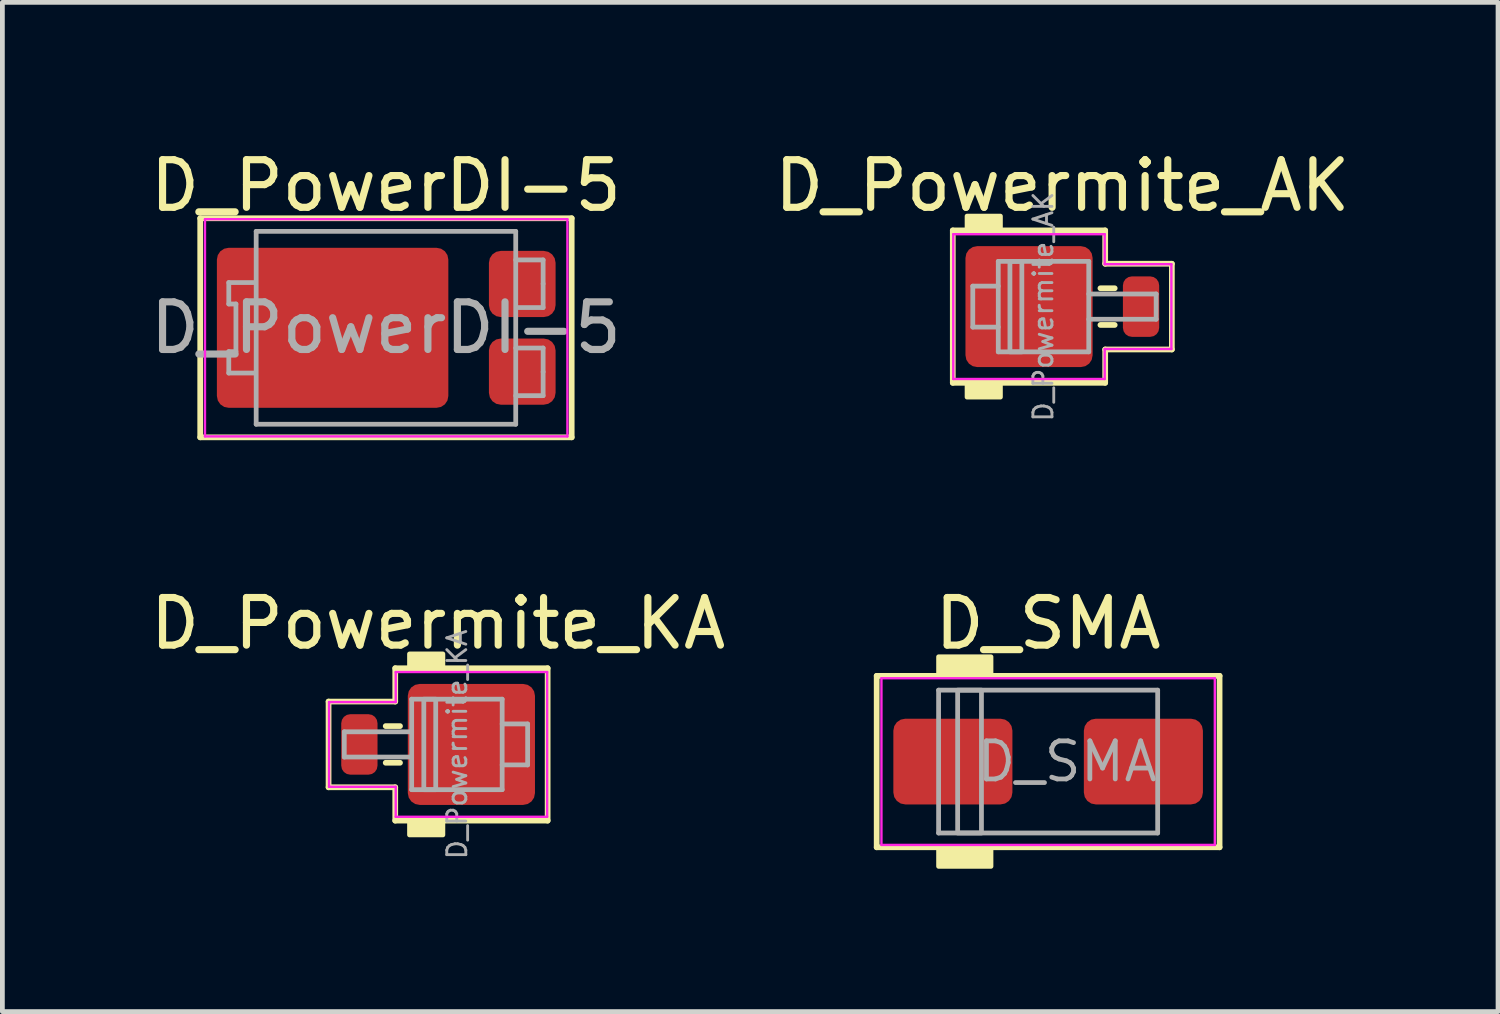
<source format=kicad_pcb>
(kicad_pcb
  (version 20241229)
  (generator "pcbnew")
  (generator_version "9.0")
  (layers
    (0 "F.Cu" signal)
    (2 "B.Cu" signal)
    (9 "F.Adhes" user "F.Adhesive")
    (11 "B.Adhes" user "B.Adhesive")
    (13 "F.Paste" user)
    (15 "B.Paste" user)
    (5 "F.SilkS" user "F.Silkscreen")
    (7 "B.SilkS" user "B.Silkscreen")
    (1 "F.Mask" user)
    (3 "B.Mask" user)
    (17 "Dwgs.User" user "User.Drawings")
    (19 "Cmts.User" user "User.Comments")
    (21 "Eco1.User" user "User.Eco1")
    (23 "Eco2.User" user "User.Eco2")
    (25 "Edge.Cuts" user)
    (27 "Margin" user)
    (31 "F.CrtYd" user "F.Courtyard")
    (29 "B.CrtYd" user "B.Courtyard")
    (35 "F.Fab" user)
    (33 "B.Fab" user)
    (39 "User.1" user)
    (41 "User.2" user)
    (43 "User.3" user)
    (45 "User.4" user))
  (footprint "D_SMA"
    (layer "F.Cu")
    (at 18.958 12.941)
    (property "Reference" "D_SMA" (at 0 -2.9 0) (layer "F.SilkS") (effects (font (size 1 1) (thickness 0.15))))
    (attr smd)
    (fp_line (start -3.6 -1.8) (end -3.6 1.8) (stroke (width 0.12) (type solid)) (layer "F.SilkS"))
    (fp_line (start -3.6 1.8) (end 3.6 1.8) (stroke (width 0.12) (type solid)) (layer "F.SilkS"))
    (fp_line (start 3.6 -1.8) (end -3.6 -1.8) (stroke (width 0.12) (type solid)) (layer "F.SilkS"))
    (fp_line (start 3.6 1.8) (end 3.6 -1.8) (stroke (width 0.12) (type solid)) (layer "F.SilkS"))
    (fp_poly (pts (xy -1.2 -1.8) (xy -2.3 -1.8) (xy -2.3 -2.2) (xy -1.2 -2.2)) (stroke (width 0.1) (type solid)) (fill yes) (layer "F.SilkS"))
    (fp_poly (pts (xy -1.2 2.2) (xy -2.3 2.2) (xy -2.3 1.8) (xy -1.2 1.8)) (stroke (width 0.1) (type solid)) (fill yes) (layer "F.SilkS"))
    (fp_line (start -3.5 -1.75) (end 3.5 -1.75) (stroke (width 0.05) (type solid)) (layer "F.CrtYd"))
    (fp_line (start -3.5 1.75) (end -3.5 -1.75) (stroke (width 0.05) (type solid)) (layer "F.CrtYd"))
    (fp_line (start 3.5 -1.75) (end 3.5 1.75) (stroke (width 0.05) (type solid)) (layer "F.CrtYd"))
    (fp_line (start 3.5 1.75) (end -3.5 1.75) (stroke (width 0.05) (type solid)) (layer "F.CrtYd"))
    (fp_line (start -2.3 1.5) (end -2.3 -1.5) (stroke (width 0.1) (type solid)) (layer "F.Fab"))
    (fp_line (start 2.3 -1.5) (end -2.3 -1.5) (stroke (width 0.1) (type solid)) (layer "F.Fab"))
    (fp_line (start 2.3 -1.5) (end 2.3 1.5) (stroke (width 0.1) (type solid)) (layer "F.Fab"))
    (fp_line (start 2.3 1.5) (end -2.3 1.5) (stroke (width 0.1) (type solid)) (layer "F.Fab"))
    (fp_rect (start -1.9 -1.5) (end -1.4 1.5) (stroke (width 0.1) (type solid)) (fill no) (layer "F.Fab"))
    (fp_text user "${REFERENCE}" (at 0.4 0 0) (layer "F.Fab") (effects (font (size 0.8 0.8) (thickness 0.1))))
    (pad "1" smd roundrect (at -2 0) (size 2.5 1.8) (layers "F.Cu" "F.Mask" "F.Paste") (roundrect_rratio 0.139))
    (pad "2" smd roundrect (at 2 0) (size 2.5 1.8) (layers "F.Cu" "F.Mask" "F.Paste") (roundrect_rratio 0.139)))
  (footprint "D_PowerDI-5"
    (layer "F.Cu")
    (at 5.054 3.833)
    (property "Reference" "D_PowerDI-5" (at 0 -2.985 0) (layer "F.SilkS") (effects (font (size 1 1) (thickness 0.15))))
    (attr smd)
    (fp_line (start -3.9 -2.3) (end -3.9 2.3) (stroke (width 0.12) (type solid)) (layer "F.SilkS"))
    (fp_line (start -3.9 2.3) (end 3.9 2.3) (stroke (width 0.12) (type solid)) (layer "F.SilkS"))
    (fp_line (start 3.9 -2.3) (end -3.9 -2.3) (stroke (width 0.12) (type solid)) (layer "F.SilkS"))
    (fp_line (start 3.9 2.3) (end 3.9 -2.3) (stroke (width 0.12) (type solid)) (layer "F.SilkS"))
    (fp_line (start -3.8 -2.28) (end 3.81 -2.28) (stroke (width 0.05) (type solid)) (layer "F.CrtYd"))
    (fp_line (start -3.8 2.28) (end -3.8 -2.28) (stroke (width 0.05) (type solid)) (layer "F.CrtYd"))
    (fp_line (start 3.81 -2.28) (end 3.81 2.28) (stroke (width 0.05) (type solid)) (layer "F.CrtYd"))
    (fp_line (start 3.81 2.28) (end -3.8 2.28) (stroke (width 0.05) (type solid)) (layer "F.CrtYd"))
    (fp_line (start -3.3 -0.95) (end -3.3 -0.5) (stroke (width 0.1) (type solid)) (layer "F.Fab"))
    (fp_line (start -3.3 -0.5) (end -3.15 -0.5) (stroke (width 0.1) (type solid)) (layer "F.Fab"))
    (fp_line (start -3.3 0.5) (end -3.3 0.95) (stroke (width 0.1) (type solid)) (layer "F.Fab"))
    (fp_line (start -3.3 0.95) (end -2.75 0.95) (stroke (width 0.1) (type solid)) (layer "F.Fab"))
    (fp_line (start -3.15 -0.5) (end -3.15 0.5) (stroke (width 0.1) (type solid)) (layer "F.Fab"))
    (fp_line (start -3.15 0.5) (end -3.3 0.5) (stroke (width 0.1) (type solid)) (layer "F.Fab"))
    (fp_line (start -2.75 -0.95) (end -3.3 -0.95) (stroke (width 0.1) (type solid)) (layer "F.Fab"))
    (fp_line (start -2.725 -2.025) (end 2.725 -2.025) (stroke (width 0.1) (type solid)) (layer "F.Fab"))
    (fp_line (start -2.725 2.025) (end -2.725 -2.025) (stroke (width 0.1) (type solid)) (layer "F.Fab"))
    (fp_line (start 2.725 -2.025) (end 2.725 2.025) (stroke (width 0.1) (type solid)) (layer "F.Fab"))
    (fp_line (start 2.725 2.025) (end -2.725 2.025) (stroke (width 0.1) (type solid)) (layer "F.Fab"))
    (fp_line (start 3.3 -1.425) (end 2.725 -1.425) (stroke (width 0.1) (type solid)) (layer "F.Fab"))
    (fp_line (start 3.3 -0.925) (end 3.3 -1.425) (stroke (width 0.1) (type solid)) (layer "F.Fab"))
    (fp_line (start 3.3 -0.925) (end 3.3 -0.425) (stroke (width 0.1) (type solid)) (layer "F.Fab"))
    (fp_line (start 3.3 -0.425) (end 2.75 -0.425) (stroke (width 0.1) (type solid)) (layer "F.Fab"))
    (fp_line (start 3.3 0.425) (end 2.725 0.425) (stroke (width 0.1) (type solid)) (layer "F.Fab"))
    (fp_line (start 3.3 0.925) (end 3.3 0.425) (stroke (width 0.1) (type solid)) (layer "F.Fab"))
    (fp_line (start 3.3 0.925) (end 3.3 1.425) (stroke (width 0.1) (type solid)) (layer "F.Fab"))
    (fp_line (start 3.3 1.425) (end 2.725 1.425) (stroke (width 0.1) (type solid)) (layer "F.Fab"))
    (fp_text user "${REFERENCE}" (at 0 0 0) (layer "F.Fab") (effects (font (size 1 1) (thickness 0.15))))
    (pad "" smd roundrect (at -2.4 -0.9) (size 2.15 1.45) (layers "F.Paste") (roundrect_rratio 0.25))
    (pad "" smd roundrect (at -2.4 0.9) (size 2.15 1.45) (layers "F.Paste") (roundrect_rratio 0.25))
    (pad "" smd roundrect (at 0.1 -0.9) (size 2.15 1.45) (layers "F.Paste") (roundrect_rratio 0.25))
    (pad "" smd roundrect (at 0.1 0.9) (size 2.15 1.45) (layers "F.Paste") (roundrect_rratio 0.25))
    (pad "1" smd roundrect (at -1.12 0 180) (size 4.86 3.36) (layers "F.Cu" "F.Mask") (roundrect_rratio 0.074))
    (pad "2" smd roundrect (at 2.862 -0.92 180) (size 1.4 1.39) (layers "F.Cu" "F.Mask" "F.Paste") (roundrect_rratio 0.18))
    (pad "2" smd roundrect (at 2.862 0.92 180) (size 1.4 1.39) (layers "F.Cu" "F.Mask" "F.Paste") (roundrect_rratio 0.18)))
  (footprint "D_Powermite_KA"
    (layer "F.Cu")
    (at 6.149 12.581)
    (property "Reference" "D_Powermite_KA" (at 0 -2.54 0) (layer "F.SilkS") (effects (font (size 1 1) (thickness 0.15))))
    (attr smd)
    (fp_line (start -2.3 -0.9) (end -2.3 0.9) (stroke (width 0.12) (type solid)) (layer "F.SilkS"))
    (fp_line (start -2.3 0.9) (end -0.9 0.9) (stroke (width 0.12) (type solid)) (layer "F.SilkS"))
    (fp_line (start -1.1 -0.385) (end -0.8 -0.385) (stroke (width 0.12) (type solid)) (layer "F.SilkS"))
    (fp_line (start -1.1 0.385) (end -0.8 0.385) (stroke (width 0.12) (type solid)) (layer "F.SilkS"))
    (fp_line (start -0.9 -1.6) (end -0.9 -0.9) (stroke (width 0.12) (type solid)) (layer "F.SilkS"))
    (fp_line (start -0.9 -0.9) (end -2.3 -0.9) (stroke (width 0.12) (type solid)) (layer "F.SilkS"))
    (fp_line (start -0.9 0.9) (end -0.9 1.6) (stroke (width 0.12) (type solid)) (layer "F.SilkS"))
    (fp_line (start -0.9 1.6) (end 2.3 1.6) (stroke (width 0.12) (type solid)) (layer "F.SilkS"))
    (fp_line (start 2.3 -1.6) (end -0.9 -1.6) (stroke (width 0.12) (type solid)) (layer "F.SilkS"))
    (fp_line (start 2.3 1.6) (end 2.3 -1.6) (stroke (width 0.12) (type solid)) (layer "F.SilkS"))
    (fp_poly (pts (xy -0.6 -1.9) (xy 0.1 -1.9) (xy 0.1 -1.6) (xy -0.6 -1.6)) (stroke (width 0.1) (type solid)) (fill yes) (layer "F.SilkS"))
    (fp_poly (pts (xy -0.6 1.6) (xy 0.1 1.6) (xy 0.1 1.9) (xy -0.6 1.9)) (stroke (width 0.1) (type solid)) (fill yes) (layer "F.SilkS"))
    (fp_line (start -2.29 -0.89) (end -2.29 0.89) (stroke (width 0.05) (type solid)) (layer "F.CrtYd"))
    (fp_line (start -2.29 0.89) (end -0.89 0.89) (stroke (width 0.05) (type solid)) (layer "F.CrtYd"))
    (fp_line (start -0.89 -1.52) (end -0.89 -0.89) (stroke (width 0.05) (type solid)) (layer "F.CrtYd"))
    (fp_line (start -0.89 -0.89) (end -2.29 -0.89) (stroke (width 0.05) (type solid)) (layer "F.CrtYd"))
    (fp_line (start -0.89 0.89) (end -0.89 1.52) (stroke (width 0.05) (type solid)) (layer "F.CrtYd"))
    (fp_line (start -0.89 1.52) (end 2.29 1.52) (stroke (width 0.05) (type solid)) (layer "F.CrtYd"))
    (fp_line (start 2.29 -1.52) (end -0.89 -1.52) (stroke (width 0.05) (type solid)) (layer "F.CrtYd"))
    (fp_line (start 2.29 1.52) (end 2.29 -1.52) (stroke (width 0.05) (type solid)) (layer "F.CrtYd"))
    (fp_line (start -1.97 -0.265) (end -1.97 0.265) (stroke (width 0.1) (type solid)) (layer "F.Fab"))
    (fp_line (start -1.97 -0.265) (end -0.555 -0.265) (stroke (width 0.1) (type solid)) (layer "F.Fab"))
    (fp_line (start -1.97 0.265) (end -0.555 0.265) (stroke (width 0.1) (type solid)) (layer "F.Fab"))
    (fp_line (start -0.555 -0.95) (end -0.555 0.95) (stroke (width 0.1) (type solid)) (layer "F.Fab"))
    (fp_line (start -0.555 0.95) (end 1.345 0.95) (stroke (width 0.1) (type solid)) (layer "F.Fab"))
    (fp_line (start 1.345 -0.95) (end -0.555 -0.95) (stroke (width 0.1) (type solid)) (layer "F.Fab"))
    (fp_line (start 1.345 -0.43) (end 1.88 -0.43) (stroke (width 0.1) (type solid)) (layer "F.Fab"))
    (fp_line (start 1.345 0.95) (end 1.345 -0.95) (stroke (width 0.1) (type solid)) (layer "F.Fab"))
    (fp_line (start 1.88 -0.43) (end 1.88 0.43) (stroke (width 0.1) (type solid)) (layer "F.Fab"))
    (fp_line (start 1.88 0.43) (end 1.345 0.43) (stroke (width 0.1) (type solid)) (layer "F.Fab"))
    (fp_rect (start -0.3 -0.95) (end -0.05 0.95) (stroke (width 0.1) (type solid)) (fill no) (layer "F.Fab"))
    (fp_text user "${REFERENCE}" (at 0.4 0 90) (layer "F.Fab") (effects (font (size 0.4 0.4) (thickness 0.06))))
    (pad "" smd roundrect (at 0 -0.7) (size 1.15 1.05) (layers "F.Paste") (roundrect_rratio 0.25))
    (pad "" smd roundrect (at 0 0.7) (size 1.15 1.05) (layers "F.Paste") (roundrect_rratio 0.25))
    (pad "" smd roundrect (at 1.4 -0.7) (size 1.15 1.05) (layers "F.Paste") (roundrect_rratio 0.25))
    (pad "" smd roundrect (at 1.4 0.7) (size 1.15 1.05) (layers "F.Paste") (roundrect_rratio 0.25))
    (pad "1" smd roundrect (at -1.653 0) (size 0.762 1.27) (layers "F.Cu" "F.Mask" "F.Paste") (roundrect_rratio 0.25))
    (pad "2" smd roundrect (at 0.699 0) (size 2.67 2.54) (layers "F.Cu" "F.Mask") (roundrect_rratio 0.098)))
  (footprint "D_Powermite_AK"
    (layer "F.Cu")
    (at 19.256 3.388)
    (property "Reference" "D_Powermite_AK" (at 0 -2.54 0) (layer "F.SilkS") (effects (font (size 1 1) (thickness 0.15))))
    (attr smd)
    (fp_line (start -2.3 -1.6) (end -2.3 1.6) (stroke (width 0.12) (type solid)) (layer "F.SilkS"))
    (fp_line (start -2.3 1.6) (end 0.9 1.6) (stroke (width 0.12) (type solid)) (layer "F.SilkS"))
    (fp_line (start 0.9 -1.6) (end -2.3 -1.6) (stroke (width 0.12) (type solid)) (layer "F.SilkS"))
    (fp_line (start 0.9 -0.9) (end 0.9 -1.6) (stroke (width 0.12) (type solid)) (layer "F.SilkS"))
    (fp_line (start 0.9 0.9) (end 2.3 0.9) (stroke (width 0.12) (type solid)) (layer "F.SilkS"))
    (fp_line (start 0.9 1.6) (end 0.9 0.9) (stroke (width 0.12) (type solid)) (layer "F.SilkS"))
    (fp_line (start 1.1 -0.385) (end 0.8 -0.385) (stroke (width 0.12) (type solid)) (layer "F.SilkS"))
    (fp_line (start 1.1 0.385) (end 0.8 0.385) (stroke (width 0.12) (type solid)) (layer "F.SilkS"))
    (fp_line (start 2.3 -0.9) (end 0.9 -0.9) (stroke (width 0.12) (type solid)) (layer "F.SilkS"))
    (fp_line (start 2.3 0.9) (end 2.3 -0.9) (stroke (width 0.12) (type solid)) (layer "F.SilkS"))
    (fp_poly (pts (xy -1.3 -1.6) (xy -2 -1.6) (xy -2 -1.9) (xy -1.3 -1.9)) (stroke (width 0.1) (type solid)) (fill yes) (layer "F.SilkS"))
    (fp_poly (pts (xy -1.3 1.9) (xy -2 1.9) (xy -2 1.6) (xy -1.3 1.6)) (stroke (width 0.1) (type solid)) (fill yes) (layer "F.SilkS"))
    (fp_line (start -2.29 -1.52) (end -2.29 1.52) (stroke (width 0.05) (type solid)) (layer "F.CrtYd"))
    (fp_line (start -2.29 1.52) (end 0.89 1.52) (stroke (width 0.05) (type solid)) (layer "F.CrtYd"))
    (fp_line (start 0.89 -1.52) (end -2.29 -1.52) (stroke (width 0.05) (type solid)) (layer "F.CrtYd"))
    (fp_line (start 0.89 -0.89) (end 0.89 -1.52) (stroke (width 0.05) (type solid)) (layer "F.CrtYd"))
    (fp_line (start 0.89 0.89) (end 2.29 0.89) (stroke (width 0.05) (type solid)) (layer "F.CrtYd"))
    (fp_line (start 0.89 1.52) (end 0.89 0.89) (stroke (width 0.05) (type solid)) (layer "F.CrtYd"))
    (fp_line (start 2.29 -0.89) (end 0.89 -0.89) (stroke (width 0.05) (type solid)) (layer "F.CrtYd"))
    (fp_line (start 2.29 0.89) (end 2.29 -0.89) (stroke (width 0.05) (type solid)) (layer "F.CrtYd"))
    (fp_line (start -1.88 -0.43) (end -1.345 -0.43) (stroke (width 0.1) (type solid)) (layer "F.Fab"))
    (fp_line (start -1.88 0.43) (end -1.88 -0.43) (stroke (width 0.1) (type solid)) (layer "F.Fab"))
    (fp_line (start -1.345 -0.95) (end -1.345 0.95) (stroke (width 0.1) (type solid)) (layer "F.Fab"))
    (fp_line (start -1.345 0.43) (end -1.88 0.43) (stroke (width 0.1) (type solid)) (layer "F.Fab"))
    (fp_line (start -1.345 0.95) (end 0.555 0.95) (stroke (width 0.1) (type solid)) (layer "F.Fab"))
    (fp_line (start 0.555 -0.95) (end -1.345 -0.95) (stroke (width 0.1) (type solid)) (layer "F.Fab"))
    (fp_line (start 0.555 0.95) (end 0.555 -0.95) (stroke (width 0.1) (type solid)) (layer "F.Fab"))
    (fp_line (start 1.97 -0.265) (end 0.555 -0.265) (stroke (width 0.1) (type solid)) (layer "F.Fab"))
    (fp_line (start 1.97 0.265) (end 0.555 0.265) (stroke (width 0.1) (type solid)) (layer "F.Fab"))
    (fp_line (start 1.97 0.265) (end 1.97 -0.265) (stroke (width 0.1) (type solid)) (layer "F.Fab"))
    (fp_rect (start -1.1 -0.95) (end -0.85 0.95) (stroke (width 0.1) (type solid)) (fill no) (layer "F.Fab"))
    (fp_text user "${REFERENCE}" (at -0.4 0 90) (layer "F.Fab") (effects (font (size 0.4 0.4) (thickness 0.06))))
    (pad "" smd roundrect (at -1.4 -0.7) (size 1.15 1.05) (layers "F.Paste") (roundrect_rratio 0.25))
    (pad "" smd roundrect (at -1.4 0.7) (size 1.15 1.05) (layers "F.Paste") (roundrect_rratio 0.25))
    (pad "" smd roundrect (at 0 -0.7) (size 1.15 1.05) (layers "F.Paste") (roundrect_rratio 0.25))
    (pad "" smd roundrect (at 0 0.7) (size 1.15 1.05) (layers "F.Paste") (roundrect_rratio 0.25))
    (pad "1" smd roundrect (at -0.699 0) (size 2.67 2.54) (layers "F.Cu" "F.Mask") (roundrect_rratio 0.098))
    (pad "2" smd roundrect (at 1.653 0) (size 0.762 1.27) (layers "F.Cu" "F.Mask" "F.Paste") (roundrect_rratio 0.25)))
  (gr_rect
    (start -3 -3)
    (end 28.405 18.191)
    (stroke (width 0.1) (type default))
    (fill no)
    (layer "Edge.Cuts")))
</source>
